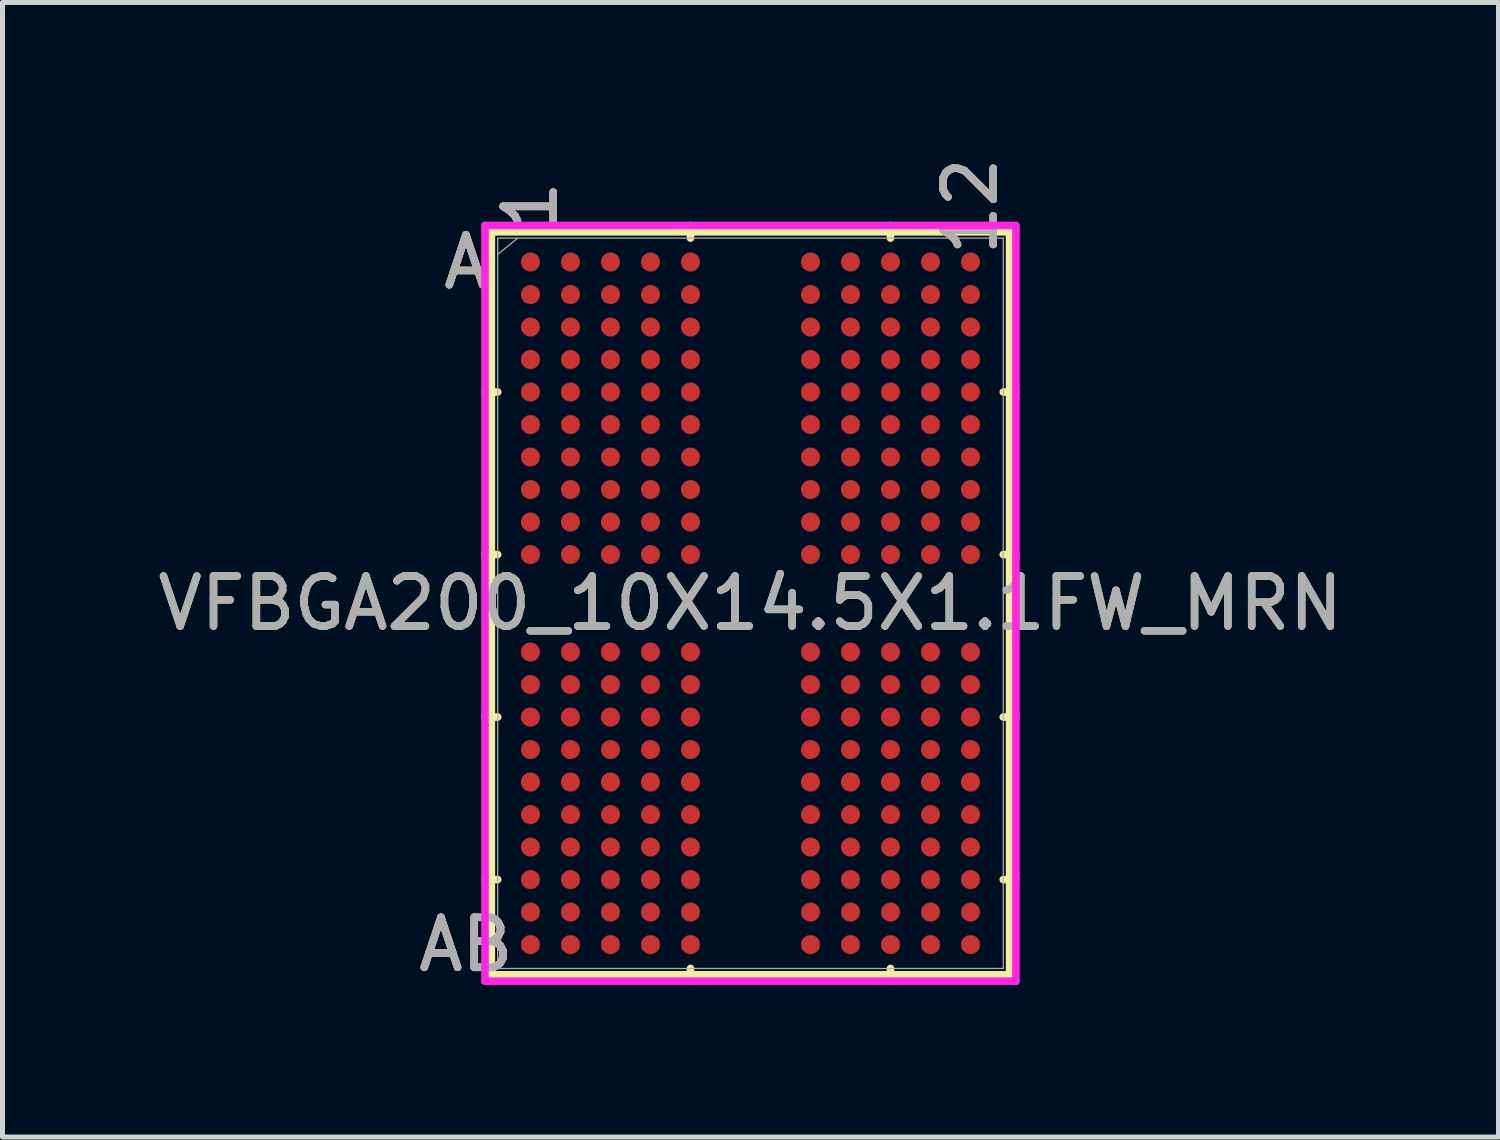
<source format=kicad_pcb>
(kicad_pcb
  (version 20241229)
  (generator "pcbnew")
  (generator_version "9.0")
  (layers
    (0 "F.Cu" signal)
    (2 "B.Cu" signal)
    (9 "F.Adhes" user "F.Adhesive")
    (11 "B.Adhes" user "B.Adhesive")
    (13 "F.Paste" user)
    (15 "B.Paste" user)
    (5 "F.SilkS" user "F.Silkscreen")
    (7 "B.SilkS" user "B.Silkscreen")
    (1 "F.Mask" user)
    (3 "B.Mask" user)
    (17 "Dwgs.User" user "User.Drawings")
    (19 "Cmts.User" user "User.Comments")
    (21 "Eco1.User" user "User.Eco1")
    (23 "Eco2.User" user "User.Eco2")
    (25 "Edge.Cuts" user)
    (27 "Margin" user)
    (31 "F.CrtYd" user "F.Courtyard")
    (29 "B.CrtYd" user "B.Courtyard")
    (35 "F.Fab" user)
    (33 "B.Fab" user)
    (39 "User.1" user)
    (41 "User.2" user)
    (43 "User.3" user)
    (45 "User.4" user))
  (footprint "VFBGA200_10X14.5X1.1FW_MRN"
    (layer "F.Cu")
    (at 11.958 9.015)
    (property "Reference" "VFBGA200_10X14.5X1.1FW_MRN" (at 0 0 0) (unlocked yes) (layer "F.SilkS") (effects (font (size 1 1) (thickness 0.15))))
    (attr smd)
    (fp_line (start -5.182 -7.429) (end -5.182 7.429) (stroke (width 0.152) (type solid)) (layer "F.SilkS"))
    (fp_line (start -5.182 7.429) (end 5.182 7.429) (stroke (width 0.152) (type solid)) (layer "F.SilkS"))
    (fp_line (start -5.055 -4.225) (end -5.309 -4.225) (stroke (width 0.152) (type solid)) (layer "F.SilkS"))
    (fp_line (start -5.055 -0.975) (end -5.309 -0.975) (stroke (width 0.152) (type solid)) (layer "F.SilkS"))
    (fp_line (start -5.055 2.275) (end -5.309 2.275) (stroke (width 0.152) (type solid)) (layer "F.SilkS"))
    (fp_line (start -5.055 5.525) (end -5.309 5.525) (stroke (width 0.152) (type solid)) (layer "F.SilkS"))
    (fp_line (start -1.2 -7.303) (end -1.2 -7.556) (stroke (width 0.152) (type solid)) (layer "F.SilkS"))
    (fp_line (start -1.2 7.303) (end -1.2 7.556) (stroke (width 0.152) (type solid)) (layer "F.SilkS"))
    (fp_line (start 2.8 -7.303) (end 2.8 -7.556) (stroke (width 0.152) (type solid)) (layer "F.SilkS"))
    (fp_line (start 2.8 7.303) (end 2.8 7.556) (stroke (width 0.152) (type solid)) (layer "F.SilkS"))
    (fp_line (start 5.055 -4.225) (end 5.309 -4.225) (stroke (width 0.152) (type solid)) (layer "F.SilkS"))
    (fp_line (start 5.055 -0.975) (end 5.309 -0.975) (stroke (width 0.152) (type solid)) (layer "F.SilkS"))
    (fp_line (start 5.055 2.275) (end 5.309 2.275) (stroke (width 0.152) (type solid)) (layer "F.SilkS"))
    (fp_line (start 5.055 5.525) (end 5.309 5.525) (stroke (width 0.152) (type solid)) (layer "F.SilkS"))
    (fp_line (start 5.182 -7.429) (end -5.182 -7.429) (stroke (width 0.152) (type solid)) (layer "F.SilkS"))
    (fp_line (start 5.182 7.429) (end 5.182 -7.429) (stroke (width 0.152) (type solid)) (layer "F.SilkS"))
    (fp_line (start -5.309 -7.556) (end 5.309 -7.556) (stroke (width 0.152) (type solid)) (layer "F.CrtYd"))
    (fp_line (start -5.309 7.556) (end -5.309 -7.556) (stroke (width 0.152) (type solid)) (layer "F.CrtYd"))
    (fp_line (start 5.309 -7.556) (end 5.309 7.556) (stroke (width 0.152) (type solid)) (layer "F.CrtYd"))
    (fp_line (start 5.309 7.556) (end -5.309 7.556) (stroke (width 0.152) (type solid)) (layer "F.CrtYd"))
    (fp_line (start -5.055 -7.303) (end -5.055 7.303) (stroke (width 0.025) (type solid)) (layer "F.Fab"))
    (fp_line (start -5.055 7.303) (end 5.055 7.303) (stroke (width 0.025) (type solid)) (layer "F.Fab"))
    (fp_line (start -4.655 -7.303) (end -5.055 -6.978) (stroke (width 0.025) (type solid)) (layer "F.Fab"))
    (fp_line (start 5.055 -7.303) (end -5.055 -7.303) (stroke (width 0.025) (type solid)) (layer "F.Fab"))
    (fp_line (start 5.055 7.303) (end 5.055 -7.303) (stroke (width 0.025) (type solid)) (layer "F.Fab"))
    (fp_text user "AB" (at -5.69 6.825 0) (unlocked yes) (layer "F.SilkS") (effects (font (size 1 1) (thickness 0.15))))
    (fp_text user "A" (at -5.69 -6.825 0) (unlocked yes) (layer "F.SilkS") (effects (font (size 1 1) (thickness 0.15))))
    (fp_text user "12" (at 4.4 -7.938 90) (unlocked yes) (layer "F.SilkS") (effects (font (size 1 1) (thickness 0.15))))
    (fp_text user "1" (at -4.4 -7.938 90) (unlocked yes) (layer "F.SilkS") (effects (font (size 1 1) (thickness 0.15))))
    (fp_text user "12" (at 4.4 -7.938 90) (unlocked yes) (layer "B.SilkS") (effects (font (size 1 1) (thickness 0.15))))
    (fp_text user "1" (at -4.4 -7.938 90) (unlocked yes) (layer "B.SilkS") (effects (font (size 1 1) (thickness 0.15))))
    (fp_text user "A" (at -5.69 -6.825 0) (unlocked yes) (layer "B.SilkS") (effects (font (size 1 1) (thickness 0.15))))
    (fp_text user "AB" (at -5.69 6.825 0) (unlocked yes) (layer "B.SilkS") (effects (font (size 1 1) (thickness 0.15))))
    (fp_text user "A" (at -5.69 -6.825 0) (unlocked yes) (layer "F.Fab") (effects (font (size 1 1) (thickness 0.15))))
    (fp_text user "12" (at 4.4 -7.938 90) (unlocked yes) (layer "F.Fab") (effects (font (size 1 1) (thickness 0.15))))
    (fp_text user "1" (at -4.4 -7.938 90) (unlocked yes) (layer "F.Fab") (effects (font (size 1 1) (thickness 0.15))))
    (fp_text user "${REFERENCE}" (at 0 0 0) (unlocked yes) (layer "F.Fab") (effects (font (size 1 1) (thickness 0.15))))
    (fp_text user "AB" (at -5.69 6.825 0) (unlocked yes) (layer "F.Fab") (effects (font (size 1 1) (thickness 0.15))))
    (pad "A1" smd circle (at -4.4 -6.825) (size 0.381 0.381) (layers "F.Cu" "F.Mask" "F.Paste"))
    (pad "A2" smd circle (at -3.6 -6.825) (size 0.381 0.381) (layers "F.Cu" "F.Mask" "F.Paste"))
    (pad "A3" smd circle (at -2.8 -6.825) (size 0.381 0.381) (layers "F.Cu" "F.Mask" "F.Paste"))
    (pad "A4" smd circle (at -2 -6.825) (size 0.381 0.381) (layers "F.Cu" "F.Mask" "F.Paste"))
    (pad "A5" smd circle (at -1.2 -6.825) (size 0.381 0.381) (layers "F.Cu" "F.Mask" "F.Paste"))
    (pad "A8" smd circle (at 1.2 -6.825) (size 0.381 0.381) (layers "F.Cu" "F.Mask" "F.Paste"))
    (pad "A9" smd circle (at 2 -6.825) (size 0.381 0.381) (layers "F.Cu" "F.Mask" "F.Paste"))
    (pad "A10" smd circle (at 2.8 -6.825) (size 0.381 0.381) (layers "F.Cu" "F.Mask" "F.Paste"))
    (pad "A11" smd circle (at 3.6 -6.825) (size 0.381 0.381) (layers "F.Cu" "F.Mask" "F.Paste"))
    (pad "A12" smd circle (at 4.4 -6.825) (size 0.381 0.381) (layers "F.Cu" "F.Mask" "F.Paste"))
    (pad "AA1" smd circle (at -4.4 6.175) (size 0.381 0.381) (layers "F.Cu" "F.Mask" "F.Paste"))
    (pad "AA2" smd circle (at -3.6 6.175) (size 0.381 0.381) (layers "F.Cu" "F.Mask" "F.Paste"))
    (pad "AA3" smd circle (at -2.8 6.175) (size 0.381 0.381) (layers "F.Cu" "F.Mask" "F.Paste"))
    (pad "AA4" smd circle (at -2 6.175) (size 0.381 0.381) (layers "F.Cu" "F.Mask" "F.Paste"))
    (pad "AA5" smd circle (at -1.2 6.175) (size 0.381 0.381) (layers "F.Cu" "F.Mask" "F.Paste"))
    (pad "AA8" smd circle (at 1.2 6.175) (size 0.381 0.381) (layers "F.Cu" "F.Mask" "F.Paste"))
    (pad "AA9" smd circle (at 2 6.175) (size 0.381 0.381) (layers "F.Cu" "F.Mask" "F.Paste"))
    (pad "AA10" smd circle (at 2.8 6.175) (size 0.381 0.381) (layers "F.Cu" "F.Mask" "F.Paste"))
    (pad "AA11" smd circle (at 3.6 6.175) (size 0.381 0.381) (layers "F.Cu" "F.Mask" "F.Paste"))
    (pad "AA12" smd circle (at 4.4 6.175) (size 0.381 0.381) (layers "F.Cu" "F.Mask" "F.Paste"))
    (pad "AB1" smd circle (at -4.4 6.825) (size 0.381 0.381) (layers "F.Cu" "F.Mask" "F.Paste"))
    (pad "AB2" smd circle (at -3.6 6.825) (size 0.381 0.381) (layers "F.Cu" "F.Mask" "F.Paste"))
    (pad "AB3" smd circle (at -2.8 6.825) (size 0.381 0.381) (layers "F.Cu" "F.Mask" "F.Paste"))
    (pad "AB4" smd circle (at -2 6.825) (size 0.381 0.381) (layers "F.Cu" "F.Mask" "F.Paste"))
    (pad "AB5" smd circle (at -1.2 6.825) (size 0.381 0.381) (layers "F.Cu" "F.Mask" "F.Paste"))
    (pad "AB8" smd circle (at 1.2 6.825) (size 0.381 0.381) (layers "F.Cu" "F.Mask" "F.Paste"))
    (pad "AB9" smd circle (at 2 6.825) (size 0.381 0.381) (layers "F.Cu" "F.Mask" "F.Paste"))
    (pad "AB10" smd circle (at 2.8 6.825) (size 0.381 0.381) (layers "F.Cu" "F.Mask" "F.Paste"))
    (pad "AB11" smd circle (at 3.6 6.825) (size 0.381 0.381) (layers "F.Cu" "F.Mask" "F.Paste"))
    (pad "AB12" smd circle (at 4.4 6.825) (size 0.381 0.381) (layers "F.Cu" "F.Mask" "F.Paste"))
    (pad "B1" smd circle (at -4.4 -6.175) (size 0.381 0.381) (layers "F.Cu" "F.Mask" "F.Paste"))
    (pad "B2" smd circle (at -3.6 -6.175) (size 0.381 0.381) (layers "F.Cu" "F.Mask" "F.Paste"))
    (pad "B3" smd circle (at -2.8 -6.175) (size 0.381 0.381) (layers "F.Cu" "F.Mask" "F.Paste"))
    (pad "B4" smd circle (at -2 -6.175) (size 0.381 0.381) (layers "F.Cu" "F.Mask" "F.Paste"))
    (pad "B5" smd circle (at -1.2 -6.175) (size 0.381 0.381) (layers "F.Cu" "F.Mask" "F.Paste"))
    (pad "B8" smd circle (at 1.2 -6.175) (size 0.381 0.381) (layers "F.Cu" "F.Mask" "F.Paste"))
    (pad "B9" smd circle (at 2 -6.175) (size 0.381 0.381) (layers "F.Cu" "F.Mask" "F.Paste"))
    (pad "B10" smd circle (at 2.8 -6.175) (size 0.381 0.381) (layers "F.Cu" "F.Mask" "F.Paste"))
    (pad "B11" smd circle (at 3.6 -6.175) (size 0.381 0.381) (layers "F.Cu" "F.Mask" "F.Paste"))
    (pad "B12" smd circle (at 4.4 -6.175) (size 0.381 0.381) (layers "F.Cu" "F.Mask" "F.Paste"))
    (pad "C1" smd circle (at -4.4 -5.525) (size 0.381 0.381) (layers "F.Cu" "F.Mask" "F.Paste"))
    (pad "C2" smd circle (at -3.6 -5.525) (size 0.381 0.381) (layers "F.Cu" "F.Mask" "F.Paste"))
    (pad "C3" smd circle (at -2.8 -5.525) (size 0.381 0.381) (layers "F.Cu" "F.Mask" "F.Paste"))
    (pad "C4" smd circle (at -2 -5.525) (size 0.381 0.381) (layers "F.Cu" "F.Mask" "F.Paste"))
    (pad "C5" smd circle (at -1.2 -5.525) (size 0.381 0.381) (layers "F.Cu" "F.Mask" "F.Paste"))
    (pad "C8" smd circle (at 1.2 -5.525) (size 0.381 0.381) (layers "F.Cu" "F.Mask" "F.Paste"))
    (pad "C9" smd circle (at 2 -5.525) (size 0.381 0.381) (layers "F.Cu" "F.Mask" "F.Paste"))
    (pad "C10" smd circle (at 2.8 -5.525) (size 0.381 0.381) (layers "F.Cu" "F.Mask" "F.Paste"))
    (pad "C11" smd circle (at 3.6 -5.525) (size 0.381 0.381) (layers "F.Cu" "F.Mask" "F.Paste"))
    (pad "C12" smd circle (at 4.4 -5.525) (size 0.381 0.381) (layers "F.Cu" "F.Mask" "F.Paste"))
    (pad "D1" smd circle (at -4.4 -4.875) (size 0.381 0.381) (layers "F.Cu" "F.Mask" "F.Paste"))
    (pad "D2" smd circle (at -3.6 -4.875) (size 0.381 0.381) (layers "F.Cu" "F.Mask" "F.Paste"))
    (pad "D3" smd circle (at -2.8 -4.875) (size 0.381 0.381) (layers "F.Cu" "F.Mask" "F.Paste"))
    (pad "D4" smd circle (at -2 -4.875) (size 0.381 0.381) (layers "F.Cu" "F.Mask" "F.Paste"))
    (pad "D5" smd circle (at -1.2 -4.875) (size 0.381 0.381) (layers "F.Cu" "F.Mask" "F.Paste"))
    (pad "D8" smd circle (at 1.2 -4.875) (size 0.381 0.381) (layers "F.Cu" "F.Mask" "F.Paste"))
    (pad "D9" smd circle (at 2 -4.875) (size 0.381 0.381) (layers "F.Cu" "F.Mask" "F.Paste"))
    (pad "D10" smd circle (at 2.8 -4.875) (size 0.381 0.381) (layers "F.Cu" "F.Mask" "F.Paste"))
    (pad "D11" smd circle (at 3.6 -4.875) (size 0.381 0.381) (layers "F.Cu" "F.Mask" "F.Paste"))
    (pad "D12" smd circle (at 4.4 -4.875) (size 0.381 0.381) (layers "F.Cu" "F.Mask" "F.Paste"))
    (pad "E1" smd circle (at -4.4 -4.225) (size 0.381 0.381) (layers "F.Cu" "F.Mask" "F.Paste"))
    (pad "E2" smd circle (at -3.6 -4.225) (size 0.381 0.381) (layers "F.Cu" "F.Mask" "F.Paste"))
    (pad "E3" smd circle (at -2.8 -4.225) (size 0.381 0.381) (layers "F.Cu" "F.Mask" "F.Paste"))
    (pad "E4" smd circle (at -2 -4.225) (size 0.381 0.381) (layers "F.Cu" "F.Mask" "F.Paste"))
    (pad "E5" smd circle (at -1.2 -4.225) (size 0.381 0.381) (layers "F.Cu" "F.Mask" "F.Paste"))
    (pad "E8" smd circle (at 1.2 -4.225) (size 0.381 0.381) (layers "F.Cu" "F.Mask" "F.Paste"))
    (pad "E9" smd circle (at 2 -4.225) (size 0.381 0.381) (layers "F.Cu" "F.Mask" "F.Paste"))
    (pad "E10" smd circle (at 2.8 -4.225) (size 0.381 0.381) (layers "F.Cu" "F.Mask" "F.Paste"))
    (pad "E11" smd circle (at 3.6 -4.225) (size 0.381 0.381) (layers "F.Cu" "F.Mask" "F.Paste"))
    (pad "E12" smd circle (at 4.4 -4.225) (size 0.381 0.381) (layers "F.Cu" "F.Mask" "F.Paste"))
    (pad "F1" smd circle (at -4.4 -3.575) (size 0.381 0.381) (layers "F.Cu" "F.Mask" "F.Paste"))
    (pad "F2" smd circle (at -3.6 -3.575) (size 0.381 0.381) (layers "F.Cu" "F.Mask" "F.Paste"))
    (pad "F3" smd circle (at -2.8 -3.575) (size 0.381 0.381) (layers "F.Cu" "F.Mask" "F.Paste"))
    (pad "F4" smd circle (at -2 -3.575) (size 0.381 0.381) (layers "F.Cu" "F.Mask" "F.Paste"))
    (pad "F5" smd circle (at -1.2 -3.575) (size 0.381 0.381) (layers "F.Cu" "F.Mask" "F.Paste"))
    (pad "F8" smd circle (at 1.2 -3.575) (size 0.381 0.381) (layers "F.Cu" "F.Mask" "F.Paste"))
    (pad "F9" smd circle (at 2 -3.575) (size 0.381 0.381) (layers "F.Cu" "F.Mask" "F.Paste"))
    (pad "F10" smd circle (at 2.8 -3.575) (size 0.381 0.381) (layers "F.Cu" "F.Mask" "F.Paste"))
    (pad "F11" smd circle (at 3.6 -3.575) (size 0.381 0.381) (layers "F.Cu" "F.Mask" "F.Paste"))
    (pad "F12" smd circle (at 4.4 -3.575) (size 0.381 0.381) (layers "F.Cu" "F.Mask" "F.Paste"))
    (pad "G1" smd circle (at -4.4 -2.925) (size 0.381 0.381) (layers "F.Cu" "F.Mask" "F.Paste"))
    (pad "G2" smd circle (at -3.6 -2.925) (size 0.381 0.381) (layers "F.Cu" "F.Mask" "F.Paste"))
    (pad "G3" smd circle (at -2.8 -2.925) (size 0.381 0.381) (layers "F.Cu" "F.Mask" "F.Paste"))
    (pad "G4" smd circle (at -2 -2.925) (size 0.381 0.381) (layers "F.Cu" "F.Mask" "F.Paste"))
    (pad "G5" smd circle (at -1.2 -2.925) (size 0.381 0.381) (layers "F.Cu" "F.Mask" "F.Paste"))
    (pad "G8" smd circle (at 1.2 -2.925) (size 0.381 0.381) (layers "F.Cu" "F.Mask" "F.Paste"))
    (pad "G9" smd circle (at 2 -2.925) (size 0.381 0.381) (layers "F.Cu" "F.Mask" "F.Paste"))
    (pad "G10" smd circle (at 2.8 -2.925) (size 0.381 0.381) (layers "F.Cu" "F.Mask" "F.Paste"))
    (pad "G11" smd circle (at 3.6 -2.925) (size 0.381 0.381) (layers "F.Cu" "F.Mask" "F.Paste"))
    (pad "G12" smd circle (at 4.4 -2.925) (size 0.381 0.381) (layers "F.Cu" "F.Mask" "F.Paste"))
    (pad "H1" smd circle (at -4.4 -2.275) (size 0.381 0.381) (layers "F.Cu" "F.Mask" "F.Paste"))
    (pad "H2" smd circle (at -3.6 -2.275) (size 0.381 0.381) (layers "F.Cu" "F.Mask" "F.Paste"))
    (pad "H3" smd circle (at -2.8 -2.275) (size 0.381 0.381) (layers "F.Cu" "F.Mask" "F.Paste"))
    (pad "H4" smd circle (at -2 -2.275) (size 0.381 0.381) (layers "F.Cu" "F.Mask" "F.Paste"))
    (pad "H5" smd circle (at -1.2 -2.275) (size 0.381 0.381) (layers "F.Cu" "F.Mask" "F.Paste"))
    (pad "H8" smd circle (at 1.2 -2.275) (size 0.381 0.381) (layers "F.Cu" "F.Mask" "F.Paste"))
    (pad "H9" smd circle (at 2 -2.275) (size 0.381 0.381) (layers "F.Cu" "F.Mask" "F.Paste"))
    (pad "H10" smd circle (at 2.8 -2.275) (size 0.381 0.381) (layers "F.Cu" "F.Mask" "F.Paste"))
    (pad "H11" smd circle (at 3.6 -2.275) (size 0.381 0.381) (layers "F.Cu" "F.Mask" "F.Paste"))
    (pad "H12" smd circle (at 4.4 -2.275) (size 0.381 0.381) (layers "F.Cu" "F.Mask" "F.Paste"))
    (pad "J1" smd circle (at -4.4 -1.625) (size 0.381 0.381) (layers "F.Cu" "F.Mask" "F.Paste"))
    (pad "J2" smd circle (at -3.6 -1.625) (size 0.381 0.381) (layers "F.Cu" "F.Mask" "F.Paste"))
    (pad "J3" smd circle (at -2.8 -1.625) (size 0.381 0.381) (layers "F.Cu" "F.Mask" "F.Paste"))
    (pad "J4" smd circle (at -2 -1.625) (size 0.381 0.381) (layers "F.Cu" "F.Mask" "F.Paste"))
    (pad "J5" smd circle (at -1.2 -1.625) (size 0.381 0.381) (layers "F.Cu" "F.Mask" "F.Paste"))
    (pad "J8" smd circle (at 1.2 -1.625) (size 0.381 0.381) (layers "F.Cu" "F.Mask" "F.Paste"))
    (pad "J9" smd circle (at 2 -1.625) (size 0.381 0.381) (layers "F.Cu" "F.Mask" "F.Paste"))
    (pad "J10" smd circle (at 2.8 -1.625) (size 0.381 0.381) (layers "F.Cu" "F.Mask" "F.Paste"))
    (pad "J11" smd circle (at 3.6 -1.625) (size 0.381 0.381) (layers "F.Cu" "F.Mask" "F.Paste"))
    (pad "J12" smd circle (at 4.4 -1.625) (size 0.381 0.381) (layers "F.Cu" "F.Mask" "F.Paste"))
    (pad "K1" smd circle (at -4.4 -0.975) (size 0.381 0.381) (layers "F.Cu" "F.Mask" "F.Paste"))
    (pad "K2" smd circle (at -3.6 -0.975) (size 0.381 0.381) (layers "F.Cu" "F.Mask" "F.Paste"))
    (pad "K3" smd circle (at -2.8 -0.975) (size 0.381 0.381) (layers "F.Cu" "F.Mask" "F.Paste"))
    (pad "K4" smd circle (at -2 -0.975) (size 0.381 0.381) (layers "F.Cu" "F.Mask" "F.Paste"))
    (pad "K5" smd circle (at -1.2 -0.975) (size 0.381 0.381) (layers "F.Cu" "F.Mask" "F.Paste"))
    (pad "K8" smd circle (at 1.2 -0.975) (size 0.381 0.381) (layers "F.Cu" "F.Mask" "F.Paste"))
    (pad "K9" smd circle (at 2 -0.975) (size 0.381 0.381) (layers "F.Cu" "F.Mask" "F.Paste"))
    (pad "K10" smd circle (at 2.8 -0.975) (size 0.381 0.381) (layers "F.Cu" "F.Mask" "F.Paste"))
    (pad "K11" smd circle (at 3.6 -0.975) (size 0.381 0.381) (layers "F.Cu" "F.Mask" "F.Paste"))
    (pad "K12" smd circle (at 4.4 -0.975) (size 0.381 0.381) (layers "F.Cu" "F.Mask" "F.Paste"))
    (pad "N1" smd circle (at -4.4 0.975) (size 0.381 0.381) (layers "F.Cu" "F.Mask" "F.Paste"))
    (pad "N2" smd circle (at -3.6 0.975) (size 0.381 0.381) (layers "F.Cu" "F.Mask" "F.Paste"))
    (pad "N3" smd circle (at -2.8 0.975) (size 0.381 0.381) (layers "F.Cu" "F.Mask" "F.Paste"))
    (pad "N4" smd circle (at -2 0.975) (size 0.381 0.381) (layers "F.Cu" "F.Mask" "F.Paste"))
    (pad "N5" smd circle (at -1.2 0.975) (size 0.381 0.381) (layers "F.Cu" "F.Mask" "F.Paste"))
    (pad "N8" smd circle (at 1.2 0.975) (size 0.381 0.381) (layers "F.Cu" "F.Mask" "F.Paste"))
    (pad "N9" smd circle (at 2 0.975) (size 0.381 0.381) (layers "F.Cu" "F.Mask" "F.Paste"))
    (pad "N10" smd circle (at 2.8 0.975) (size 0.381 0.381) (layers "F.Cu" "F.Mask" "F.Paste"))
    (pad "N11" smd circle (at 3.6 0.975) (size 0.381 0.381) (layers "F.Cu" "F.Mask" "F.Paste"))
    (pad "N12" smd circle (at 4.4 0.975) (size 0.381 0.381) (layers "F.Cu" "F.Mask" "F.Paste"))
    (pad "P1" smd circle (at -4.4 1.625) (size 0.381 0.381) (layers "F.Cu" "F.Mask" "F.Paste"))
    (pad "P2" smd circle (at -3.6 1.625) (size 0.381 0.381) (layers "F.Cu" "F.Mask" "F.Paste"))
    (pad "P3" smd circle (at -2.8 1.625) (size 0.381 0.381) (layers "F.Cu" "F.Mask" "F.Paste"))
    (pad "P4" smd circle (at -2 1.625) (size 0.381 0.381) (layers "F.Cu" "F.Mask" "F.Paste"))
    (pad "P5" smd circle (at -1.2 1.625) (size 0.381 0.381) (layers "F.Cu" "F.Mask" "F.Paste"))
    (pad "P8" smd circle (at 1.2 1.625) (size 0.381 0.381) (layers "F.Cu" "F.Mask" "F.Paste"))
    (pad "P9" smd circle (at 2 1.625) (size 0.381 0.381) (layers "F.Cu" "F.Mask" "F.Paste"))
    (pad "P10" smd circle (at 2.8 1.625) (size 0.381 0.381) (layers "F.Cu" "F.Mask" "F.Paste"))
    (pad "P11" smd circle (at 3.6 1.625) (size 0.381 0.381) (layers "F.Cu" "F.Mask" "F.Paste"))
    (pad "P12" smd circle (at 4.4 1.625) (size 0.381 0.381) (layers "F.Cu" "F.Mask" "F.Paste"))
    (pad "R1" smd circle (at -4.4 2.275) (size 0.381 0.381) (layers "F.Cu" "F.Mask" "F.Paste"))
    (pad "R2" smd circle (at -3.6 2.275) (size 0.381 0.381) (layers "F.Cu" "F.Mask" "F.Paste"))
    (pad "R3" smd circle (at -2.8 2.275) (size 0.381 0.381) (layers "F.Cu" "F.Mask" "F.Paste"))
    (pad "R4" smd circle (at -2 2.275) (size 0.381 0.381) (layers "F.Cu" "F.Mask" "F.Paste"))
    (pad "R5" smd circle (at -1.2 2.275) (size 0.381 0.381) (layers "F.Cu" "F.Mask" "F.Paste"))
    (pad "R8" smd circle (at 1.2 2.275) (size 0.381 0.381) (layers "F.Cu" "F.Mask" "F.Paste"))
    (pad "R9" smd circle (at 2 2.275) (size 0.381 0.381) (layers "F.Cu" "F.Mask" "F.Paste"))
    (pad "R10" smd circle (at 2.8 2.275) (size 0.381 0.381) (layers "F.Cu" "F.Mask" "F.Paste"))
    (pad "R11" smd circle (at 3.6 2.275) (size 0.381 0.381) (layers "F.Cu" "F.Mask" "F.Paste"))
    (pad "R12" smd circle (at 4.4 2.275) (size 0.381 0.381) (layers "F.Cu" "F.Mask" "F.Paste"))
    (pad "T1" smd circle (at -4.4 2.925) (size 0.381 0.381) (layers "F.Cu" "F.Mask" "F.Paste"))
    (pad "T2" smd circle (at -3.6 2.925) (size 0.381 0.381) (layers "F.Cu" "F.Mask" "F.Paste"))
    (pad "T3" smd circle (at -2.8 2.925) (size 0.381 0.381) (layers "F.Cu" "F.Mask" "F.Paste"))
    (pad "T4" smd circle (at -2 2.925) (size 0.381 0.381) (layers "F.Cu" "F.Mask" "F.Paste"))
    (pad "T5" smd circle (at -1.2 2.925) (size 0.381 0.381) (layers "F.Cu" "F.Mask" "F.Paste"))
    (pad "T8" smd circle (at 1.2 2.925) (size 0.381 0.381) (layers "F.Cu" "F.Mask" "F.Paste"))
    (pad "T9" smd circle (at 2 2.925) (size 0.381 0.381) (layers "F.Cu" "F.Mask" "F.Paste"))
    (pad "T10" smd circle (at 2.8 2.925) (size 0.381 0.381) (layers "F.Cu" "F.Mask" "F.Paste"))
    (pad "T11" smd circle (at 3.6 2.925) (size 0.381 0.381) (layers "F.Cu" "F.Mask" "F.Paste"))
    (pad "T12" smd circle (at 4.4 2.925) (size 0.381 0.381) (layers "F.Cu" "F.Mask" "F.Paste"))
    (pad "U1" smd circle (at -4.4 3.575) (size 0.381 0.381) (layers "F.Cu" "F.Mask" "F.Paste"))
    (pad "U2" smd circle (at -3.6 3.575) (size 0.381 0.381) (layers "F.Cu" "F.Mask" "F.Paste"))
    (pad "U3" smd circle (at -2.8 3.575) (size 0.381 0.381) (layers "F.Cu" "F.Mask" "F.Paste"))
    (pad "U4" smd circle (at -2 3.575) (size 0.381 0.381) (layers "F.Cu" "F.Mask" "F.Paste"))
    (pad "U5" smd circle (at -1.2 3.575) (size 0.381 0.381) (layers "F.Cu" "F.Mask" "F.Paste"))
    (pad "U8" smd circle (at 1.2 3.575) (size 0.381 0.381) (layers "F.Cu" "F.Mask" "F.Paste"))
    (pad "U9" smd circle (at 2 3.575) (size 0.381 0.381) (layers "F.Cu" "F.Mask" "F.Paste"))
    (pad "U10" smd circle (at 2.8 3.575) (size 0.381 0.381) (layers "F.Cu" "F.Mask" "F.Paste"))
    (pad "U11" smd circle (at 3.6 3.575) (size 0.381 0.381) (layers "F.Cu" "F.Mask" "F.Paste"))
    (pad "U12" smd circle (at 4.4 3.575) (size 0.381 0.381) (layers "F.Cu" "F.Mask" "F.Paste"))
    (pad "V1" smd circle (at -4.4 4.225) (size 0.381 0.381) (layers "F.Cu" "F.Mask" "F.Paste"))
    (pad "V2" smd circle (at -3.6 4.225) (size 0.381 0.381) (layers "F.Cu" "F.Mask" "F.Paste"))
    (pad "V3" smd circle (at -2.8 4.225) (size 0.381 0.381) (layers "F.Cu" "F.Mask" "F.Paste"))
    (pad "V4" smd circle (at -2 4.225) (size 0.381 0.381) (layers "F.Cu" "F.Mask" "F.Paste"))
    (pad "V5" smd circle (at -1.2 4.225) (size 0.381 0.381) (layers "F.Cu" "F.Mask" "F.Paste"))
    (pad "V8" smd circle (at 1.2 4.225) (size 0.381 0.381) (layers "F.Cu" "F.Mask" "F.Paste"))
    (pad "V9" smd circle (at 2 4.225) (size 0.381 0.381) (layers "F.Cu" "F.Mask" "F.Paste"))
    (pad "V10" smd circle (at 2.8 4.225) (size 0.381 0.381) (layers "F.Cu" "F.Mask" "F.Paste"))
    (pad "V11" smd circle (at 3.6 4.225) (size 0.381 0.381) (layers "F.Cu" "F.Mask" "F.Paste"))
    (pad "V12" smd circle (at 4.4 4.225) (size 0.381 0.381) (layers "F.Cu" "F.Mask" "F.Paste"))
    (pad "W1" smd circle (at -4.4 4.875) (size 0.381 0.381) (layers "F.Cu" "F.Mask" "F.Paste"))
    (pad "W2" smd circle (at -3.6 4.875) (size 0.381 0.381) (layers "F.Cu" "F.Mask" "F.Paste"))
    (pad "W3" smd circle (at -2.8 4.875) (size 0.381 0.381) (layers "F.Cu" "F.Mask" "F.Paste"))
    (pad "W4" smd circle (at -2 4.875) (size 0.381 0.381) (layers "F.Cu" "F.Mask" "F.Paste"))
    (pad "W5" smd circle (at -1.2 4.875) (size 0.381 0.381) (layers "F.Cu" "F.Mask" "F.Paste"))
    (pad "W8" smd circle (at 1.2 4.875) (size 0.381 0.381) (layers "F.Cu" "F.Mask" "F.Paste"))
    (pad "W9" smd circle (at 2 4.875) (size 0.381 0.381) (layers "F.Cu" "F.Mask" "F.Paste"))
    (pad "W10" smd circle (at 2.8 4.875) (size 0.381 0.381) (layers "F.Cu" "F.Mask" "F.Paste"))
    (pad "W11" smd circle (at 3.6 4.875) (size 0.381 0.381) (layers "F.Cu" "F.Mask" "F.Paste"))
    (pad "W12" smd circle (at 4.4 4.875) (size 0.381 0.381) (layers "F.Cu" "F.Mask" "F.Paste"))
    (pad "Y1" smd circle (at -4.4 5.525) (size 0.381 0.381) (layers "F.Cu" "F.Mask" "F.Paste"))
    (pad "Y2" smd circle (at -3.6 5.525) (size 0.381 0.381) (layers "F.Cu" "F.Mask" "F.Paste"))
    (pad "Y3" smd circle (at -2.8 5.525) (size 0.381 0.381) (layers "F.Cu" "F.Mask" "F.Paste"))
    (pad "Y4" smd circle (at -2 5.525) (size 0.381 0.381) (layers "F.Cu" "F.Mask" "F.Paste"))
    (pad "Y5" smd circle (at -1.2 5.525) (size 0.381 0.381) (layers "F.Cu" "F.Mask" "F.Paste"))
    (pad "Y8" smd circle (at 1.2 5.525) (size 0.381 0.381) (layers "F.Cu" "F.Mask" "F.Paste"))
    (pad "Y9" smd circle (at 2 5.525) (size 0.381 0.381) (layers "F.Cu" "F.Mask" "F.Paste"))
    (pad "Y10" smd circle (at 2.8 5.525) (size 0.381 0.381) (layers "F.Cu" "F.Mask" "F.Paste"))
    (pad "Y11" smd circle (at 3.6 5.525) (size 0.381 0.381) (layers "F.Cu" "F.Mask" "F.Paste"))
    (pad "Y12" smd circle (at 4.4 5.525) (size 0.381 0.381) (layers "F.Cu" "F.Mask" "F.Paste")))
  (gr_rect
    (start -3 -3)
    (end 26.917 19.688)
    (stroke (width 0.1) (type default))
    (fill no)
    (layer "Edge.Cuts")))
</source>
